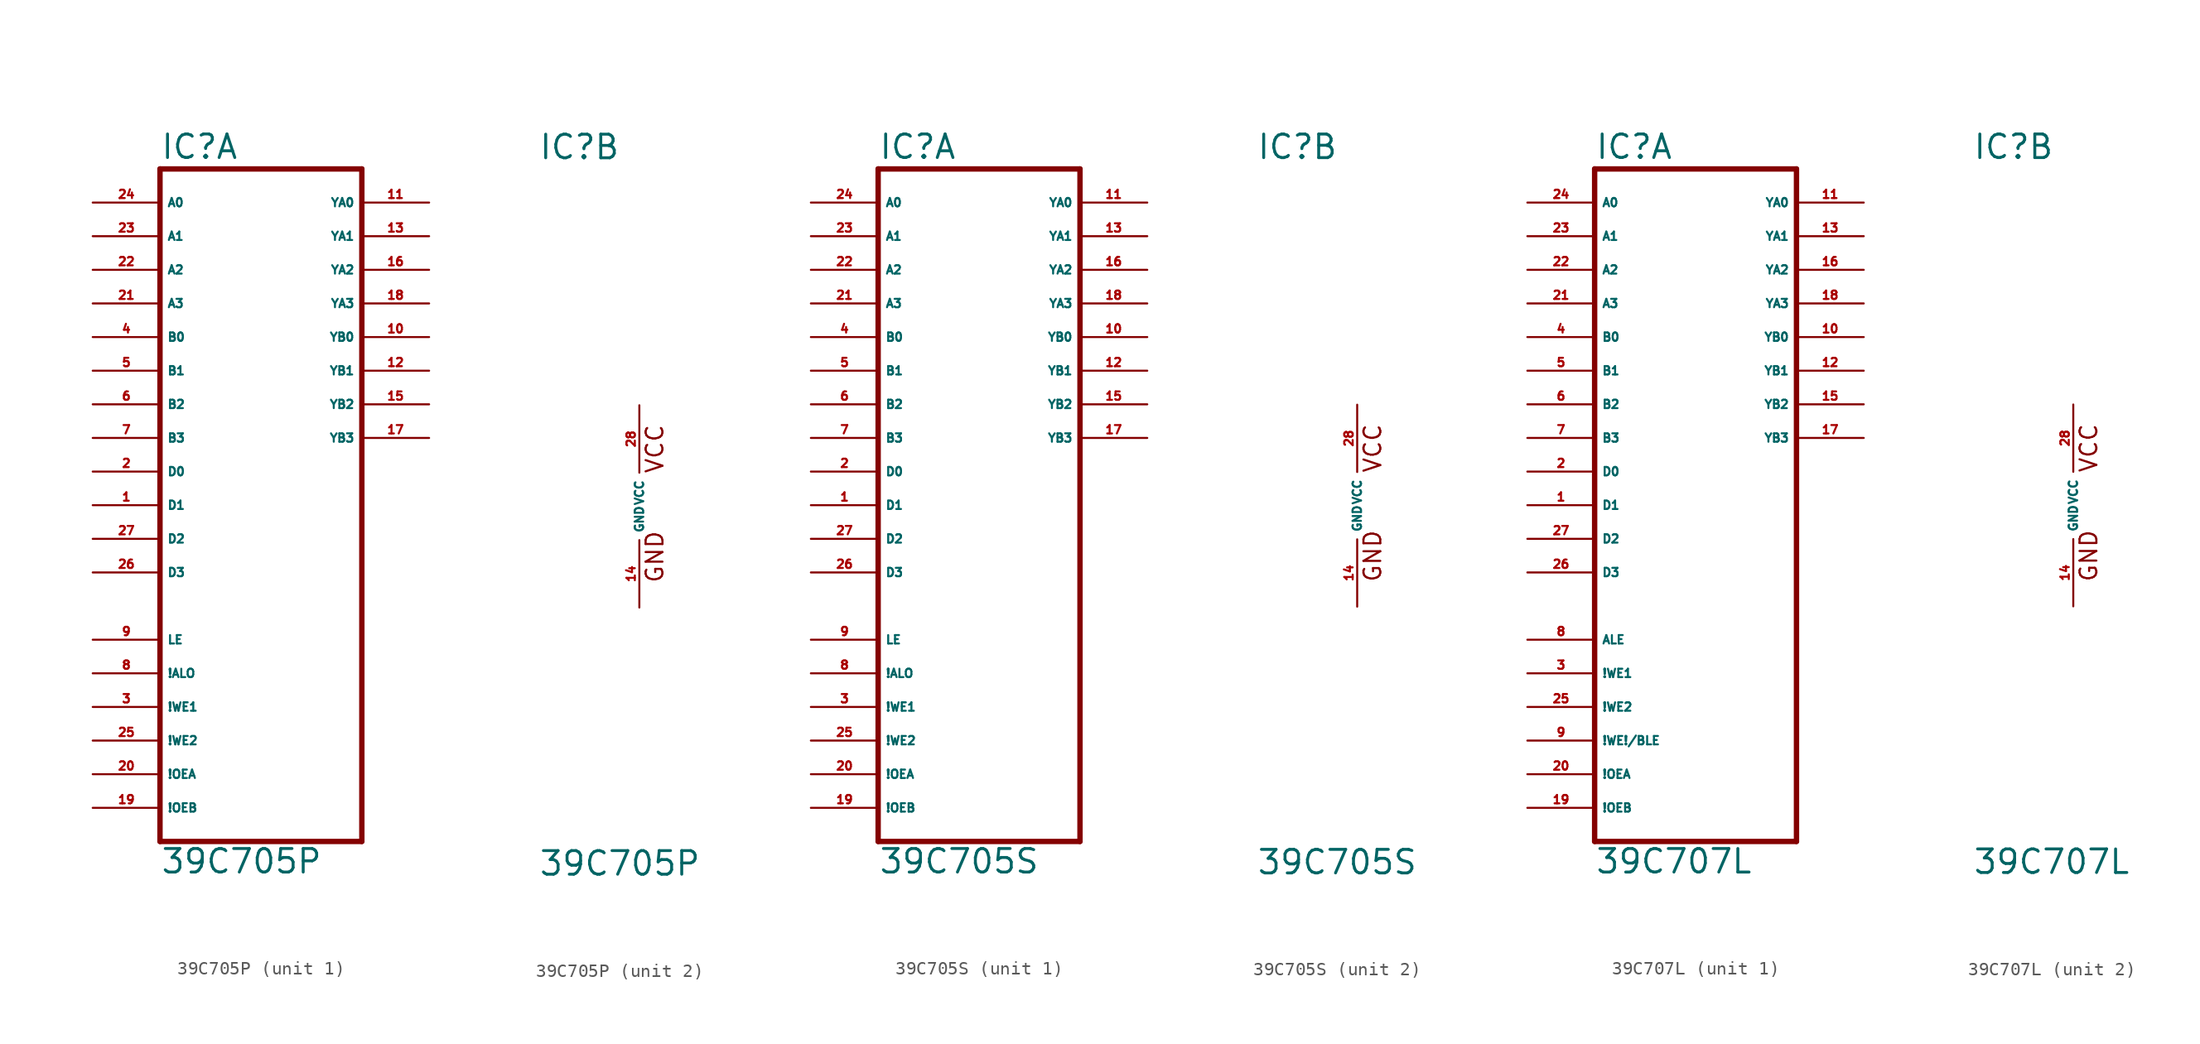
<source format=kicad_sym>
(kicad_symbol_lib
  (version 20220914)
  (generator Eagle2Kicad)
  (symbol "39C705P"
    (property "Reference" "IC"
      (at -7.62 26.035 0)
      (effects (font (size 1.778 1.778) (thickness 0.22)) (justify left bottom)))
    (property "Value" "39C705P"
      (at -7.62 -27.94 0)
      (effects (font (size 1.778 1.778) (thickness 0.22)) (justify left bottom)))
    (symbol "39C705P_1_0"
      (polyline (pts (xy -7.62 -25.4) (xy 7.62 -25.4)) (stroke (width 0.406) (type default)) (fill (type none)))
      (polyline (pts (xy 7.62 -25.4) (xy 7.62 25.4)) (stroke (width 0.406) (type default)) (fill (type none)))
      (polyline (pts (xy 7.62 25.4) (xy -7.62 25.4)) (stroke (width 0.406) (type default)) (fill (type none)))
      (polyline (pts (xy -7.62 25.4) (xy -7.62 -25.4)) (stroke (width 0.406) (type default)) (fill (type none)))
      (pin input line (at -12.7 22.86 0) (length 5.08) (name "A0" (effects (font (size 0.635 0.635) (thickness 0.08)) (justify left bottom))) (number "24" (effects (font (size 0.635 0.635) (thickness 0.08)) (justify left bottom))))
      (pin input line (at -12.7 20.32 0) (length 5.08) (name "A1" (effects (font (size 0.635 0.635) (thickness 0.08)) (justify left bottom))) (number "23" (effects (font (size 0.635 0.635) (thickness 0.08)) (justify left bottom))))
      (pin input line (at -12.7 17.78 0) (length 5.08) (name "A2" (effects (font (size 0.635 0.635) (thickness 0.08)) (justify left bottom))) (number "22" (effects (font (size 0.635 0.635) (thickness 0.08)) (justify left bottom))))
      (pin input line (at -12.7 15.24 0) (length 5.08) (name "A3" (effects (font (size 0.635 0.635) (thickness 0.08)) (justify left bottom))) (number "21" (effects (font (size 0.635 0.635) (thickness 0.08)) (justify left bottom))))
      (pin input line (at -12.7 12.7 0) (length 5.08) (name "B0" (effects (font (size 0.635 0.635) (thickness 0.08)) (justify left bottom))) (number "4" (effects (font (size 0.635 0.635) (thickness 0.08)) (justify left bottom))))
      (pin input line (at -12.7 10.16 0) (length 5.08) (name "B1" (effects (font (size 0.635 0.635) (thickness 0.08)) (justify left bottom))) (number "5" (effects (font (size 0.635 0.635) (thickness 0.08)) (justify left bottom))))
      (pin input line (at -12.7 7.62 0) (length 5.08) (name "B2" (effects (font (size 0.635 0.635) (thickness 0.08)) (justify left bottom))) (number "6" (effects (font (size 0.635 0.635) (thickness 0.08)) (justify left bottom))))
      (pin input line (at -12.7 5.08 0) (length 5.08) (name "B3" (effects (font (size 0.635 0.635) (thickness 0.08)) (justify left bottom))) (number "7" (effects (font (size 0.635 0.635) (thickness 0.08)) (justify left bottom))))
      (pin input line (at -12.7 2.54 0) (length 5.08) (name "D0" (effects (font (size 0.635 0.635) (thickness 0.08)) (justify left bottom))) (number "2" (effects (font (size 0.635 0.635) (thickness 0.08)) (justify left bottom))))
      (pin input line (at -12.7 0 0) (length 5.08) (name "D1" (effects (font (size 0.635 0.635) (thickness 0.08)) (justify left bottom))) (number "1" (effects (font (size 0.635 0.635) (thickness 0.08)) (justify left bottom))))
      (pin input line (at -12.7 -2.54 0) (length 5.08) (name "D2" (effects (font (size 0.635 0.635) (thickness 0.08)) (justify left bottom))) (number "27" (effects (font (size 0.635 0.635) (thickness 0.08)) (justify left bottom))))
      (pin input line (at -12.7 -5.08 0) (length 5.08) (name "D3" (effects (font (size 0.635 0.635) (thickness 0.08)) (justify left bottom))) (number "26" (effects (font (size 0.635 0.635) (thickness 0.08)) (justify left bottom))))
      (pin input line (at -12.7 -10.16 0) (length 5.08) (name "LE" (effects (font (size 0.635 0.635) (thickness 0.08)) (justify left bottom))) (number "9" (effects (font (size 0.635 0.635) (thickness 0.08)) (justify left bottom))))
      (pin input line (at -12.7 -12.7 0) (length 5.08) (name "!ALO" (effects (font (size 0.635 0.635) (thickness 0.08)) (justify left bottom))) (number "8" (effects (font (size 0.635 0.635) (thickness 0.08)) (justify left bottom))))
      (pin input line (at -12.7 -15.24 0) (length 5.08) (name "!WE1" (effects (font (size 0.635 0.635) (thickness 0.08)) (justify left bottom))) (number "3" (effects (font (size 0.635 0.635) (thickness 0.08)) (justify left bottom))))
      (pin input line (at -12.7 -17.78 0) (length 5.08) (name "!WE2" (effects (font (size 0.635 0.635) (thickness 0.08)) (justify left bottom))) (number "25" (effects (font (size 0.635 0.635) (thickness 0.08)) (justify left bottom))))
      (pin input line (at -12.7 -20.32 0) (length 5.08) (name "!OEA" (effects (font (size 0.635 0.635) (thickness 0.08)) (justify left bottom))) (number "20" (effects (font (size 0.635 0.635) (thickness 0.08)) (justify left bottom))))
      (pin input line (at -12.7 -22.86 0) (length 5.08) (name "!OEB" (effects (font (size 0.635 0.635) (thickness 0.08)) (justify left bottom))) (number "19" (effects (font (size 0.635 0.635) (thickness 0.08)) (justify left bottom))))
      (pin output line (at 12.7 22.86 180) (length 5.08) (name "YA0" (effects (font (size 0.635 0.635) (thickness 0.08)) (justify left bottom))) (number "11" (effects (font (size 0.635 0.635) (thickness 0.08)) (justify left bottom))))
      (pin output line (at 12.7 20.32 180) (length 5.08) (name "YA1" (effects (font (size 0.635 0.635) (thickness 0.08)) (justify left bottom))) (number "13" (effects (font (size 0.635 0.635) (thickness 0.08)) (justify left bottom))))
      (pin output line (at 12.7 17.78 180) (length 5.08) (name "YA2" (effects (font (size 0.635 0.635) (thickness 0.08)) (justify left bottom))) (number "16" (effects (font (size 0.635 0.635) (thickness 0.08)) (justify left bottom))))
      (pin output line (at 12.7 15.24 180) (length 5.08) (name "YA3" (effects (font (size 0.635 0.635) (thickness 0.08)) (justify left bottom))) (number "18" (effects (font (size 0.635 0.635) (thickness 0.08)) (justify left bottom))))
      (pin output line (at 12.7 12.7 180) (length 5.08) (name "YB0" (effects (font (size 0.635 0.635) (thickness 0.08)) (justify left bottom))) (number "10" (effects (font (size 0.635 0.635) (thickness 0.08)) (justify left bottom))))
      (pin output line (at 12.7 10.16 180) (length 5.08) (name "YB1" (effects (font (size 0.635 0.635) (thickness 0.08)) (justify left bottom))) (number "12" (effects (font (size 0.635 0.635) (thickness 0.08)) (justify left bottom))))
      (pin output line (at 12.7 7.62 180) (length 5.08) (name "YB2" (effects (font (size 0.635 0.635) (thickness 0.08)) (justify left bottom))) (number "15" (effects (font (size 0.635 0.635) (thickness 0.08)) (justify left bottom))))
      (pin output line (at 12.7 5.08 180) (length 5.08) (name "YB3" (effects (font (size 0.635 0.635) (thickness 0.08)) (justify left bottom))) (number "17" (effects (font (size 0.635 0.635) (thickness 0.08)) (justify left bottom)))))
    (symbol "39C705P_2_0"
      (text "GND" (at 1.905 -5.842 900) (effects (font (size 1.27 1.27) (thickness 0.16)) (justify left bottom)))
      (text "VCC" (at 1.905 2.413 900) (effects (font (size 1.27 1.27) (thickness 0.16)) (justify left bottom)))
      (pin unspecified line (at 0 7.62 270) (length 5.08) (name "VCC" (effects (font (size 0.635 0.635) (thickness 0.08)) (justify left bottom))) (number "28" (effects (font (size 0.635 0.635) (thickness 0.08)) (justify left bottom))))
      (pin unspecified line (at 0 -7.62 90) (length 5.08) (name "GND" (effects (font (size 0.635 0.635) (thickness 0.08)) (justify left bottom))) (number "14" (effects (font (size 0.635 0.635) (thickness 0.08)) (justify left bottom))))))
  (symbol "39C705S"
    (property "Reference" "IC"
      (at -7.62 26.035 0)
      (effects (font (size 1.778 1.778) (thickness 0.22)) (justify left bottom)))
    (property "Value" "39C705S"
      (at -7.62 -27.94 0)
      (effects (font (size 1.778 1.778) (thickness 0.22)) (justify left bottom)))
    (symbol "39C705S_1_0"
      (polyline (pts (xy -7.62 -25.4) (xy 7.62 -25.4)) (stroke (width 0.406) (type default)) (fill (type none)))
      (polyline (pts (xy 7.62 -25.4) (xy 7.62 25.4)) (stroke (width 0.406) (type default)) (fill (type none)))
      (polyline (pts (xy 7.62 25.4) (xy -7.62 25.4)) (stroke (width 0.406) (type default)) (fill (type none)))
      (polyline (pts (xy -7.62 25.4) (xy -7.62 -25.4)) (stroke (width 0.406) (type default)) (fill (type none)))
      (pin input line (at -12.7 22.86 0) (length 5.08) (name "A0" (effects (font (size 0.635 0.635) (thickness 0.08)) (justify left bottom))) (number "24" (effects (font (size 0.635 0.635) (thickness 0.08)) (justify left bottom))))
      (pin input line (at -12.7 20.32 0) (length 5.08) (name "A1" (effects (font (size 0.635 0.635) (thickness 0.08)) (justify left bottom))) (number "23" (effects (font (size 0.635 0.635) (thickness 0.08)) (justify left bottom))))
      (pin input line (at -12.7 17.78 0) (length 5.08) (name "A2" (effects (font (size 0.635 0.635) (thickness 0.08)) (justify left bottom))) (number "22" (effects (font (size 0.635 0.635) (thickness 0.08)) (justify left bottom))))
      (pin input line (at -12.7 15.24 0) (length 5.08) (name "A3" (effects (font (size 0.635 0.635) (thickness 0.08)) (justify left bottom))) (number "21" (effects (font (size 0.635 0.635) (thickness 0.08)) (justify left bottom))))
      (pin input line (at -12.7 12.7 0) (length 5.08) (name "B0" (effects (font (size 0.635 0.635) (thickness 0.08)) (justify left bottom))) (number "4" (effects (font (size 0.635 0.635) (thickness 0.08)) (justify left bottom))))
      (pin input line (at -12.7 10.16 0) (length 5.08) (name "B1" (effects (font (size 0.635 0.635) (thickness 0.08)) (justify left bottom))) (number "5" (effects (font (size 0.635 0.635) (thickness 0.08)) (justify left bottom))))
      (pin input line (at -12.7 7.62 0) (length 5.08) (name "B2" (effects (font (size 0.635 0.635) (thickness 0.08)) (justify left bottom))) (number "6" (effects (font (size 0.635 0.635) (thickness 0.08)) (justify left bottom))))
      (pin input line (at -12.7 5.08 0) (length 5.08) (name "B3" (effects (font (size 0.635 0.635) (thickness 0.08)) (justify left bottom))) (number "7" (effects (font (size 0.635 0.635) (thickness 0.08)) (justify left bottom))))
      (pin input line (at -12.7 2.54 0) (length 5.08) (name "D0" (effects (font (size 0.635 0.635) (thickness 0.08)) (justify left bottom))) (number "2" (effects (font (size 0.635 0.635) (thickness 0.08)) (justify left bottom))))
      (pin input line (at -12.7 0 0) (length 5.08) (name "D1" (effects (font (size 0.635 0.635) (thickness 0.08)) (justify left bottom))) (number "1" (effects (font (size 0.635 0.635) (thickness 0.08)) (justify left bottom))))
      (pin input line (at -12.7 -2.54 0) (length 5.08) (name "D2" (effects (font (size 0.635 0.635) (thickness 0.08)) (justify left bottom))) (number "27" (effects (font (size 0.635 0.635) (thickness 0.08)) (justify left bottom))))
      (pin input line (at -12.7 -5.08 0) (length 5.08) (name "D3" (effects (font (size 0.635 0.635) (thickness 0.08)) (justify left bottom))) (number "26" (effects (font (size 0.635 0.635) (thickness 0.08)) (justify left bottom))))
      (pin input line (at -12.7 -10.16 0) (length 5.08) (name "LE" (effects (font (size 0.635 0.635) (thickness 0.08)) (justify left bottom))) (number "9" (effects (font (size 0.635 0.635) (thickness 0.08)) (justify left bottom))))
      (pin input line (at -12.7 -12.7 0) (length 5.08) (name "!ALO" (effects (font (size 0.635 0.635) (thickness 0.08)) (justify left bottom))) (number "8" (effects (font (size 0.635 0.635) (thickness 0.08)) (justify left bottom))))
      (pin input line (at -12.7 -15.24 0) (length 5.08) (name "!WE1" (effects (font (size 0.635 0.635) (thickness 0.08)) (justify left bottom))) (number "3" (effects (font (size 0.635 0.635) (thickness 0.08)) (justify left bottom))))
      (pin input line (at -12.7 -17.78 0) (length 5.08) (name "!WE2" (effects (font (size 0.635 0.635) (thickness 0.08)) (justify left bottom))) (number "25" (effects (font (size 0.635 0.635) (thickness 0.08)) (justify left bottom))))
      (pin input line (at -12.7 -20.32 0) (length 5.08) (name "!OEA" (effects (font (size 0.635 0.635) (thickness 0.08)) (justify left bottom))) (number "20" (effects (font (size 0.635 0.635) (thickness 0.08)) (justify left bottom))))
      (pin input line (at -12.7 -22.86 0) (length 5.08) (name "!OEB" (effects (font (size 0.635 0.635) (thickness 0.08)) (justify left bottom))) (number "19" (effects (font (size 0.635 0.635) (thickness 0.08)) (justify left bottom))))
      (pin output line (at 12.7 22.86 180) (length 5.08) (name "YA0" (effects (font (size 0.635 0.635) (thickness 0.08)) (justify left bottom))) (number "11" (effects (font (size 0.635 0.635) (thickness 0.08)) (justify left bottom))))
      (pin output line (at 12.7 20.32 180) (length 5.08) (name "YA1" (effects (font (size 0.635 0.635) (thickness 0.08)) (justify left bottom))) (number "13" (effects (font (size 0.635 0.635) (thickness 0.08)) (justify left bottom))))
      (pin output line (at 12.7 17.78 180) (length 5.08) (name "YA2" (effects (font (size 0.635 0.635) (thickness 0.08)) (justify left bottom))) (number "16" (effects (font (size 0.635 0.635) (thickness 0.08)) (justify left bottom))))
      (pin output line (at 12.7 15.24 180) (length 5.08) (name "YA3" (effects (font (size 0.635 0.635) (thickness 0.08)) (justify left bottom))) (number "18" (effects (font (size 0.635 0.635) (thickness 0.08)) (justify left bottom))))
      (pin output line (at 12.7 12.7 180) (length 5.08) (name "YB0" (effects (font (size 0.635 0.635) (thickness 0.08)) (justify left bottom))) (number "10" (effects (font (size 0.635 0.635) (thickness 0.08)) (justify left bottom))))
      (pin output line (at 12.7 10.16 180) (length 5.08) (name "YB1" (effects (font (size 0.635 0.635) (thickness 0.08)) (justify left bottom))) (number "12" (effects (font (size 0.635 0.635) (thickness 0.08)) (justify left bottom))))
      (pin output line (at 12.7 7.62 180) (length 5.08) (name "YB2" (effects (font (size 0.635 0.635) (thickness 0.08)) (justify left bottom))) (number "15" (effects (font (size 0.635 0.635) (thickness 0.08)) (justify left bottom))))
      (pin output line (at 12.7 5.08 180) (length 5.08) (name "YB3" (effects (font (size 0.635 0.635) (thickness 0.08)) (justify left bottom))) (number "17" (effects (font (size 0.635 0.635) (thickness 0.08)) (justify left bottom)))))
    (symbol "39C705S_2_0"
      (text "GND" (at 1.905 -5.842 900) (effects (font (size 1.27 1.27) (thickness 0.16)) (justify left bottom)))
      (text "VCC" (at 1.905 2.413 900) (effects (font (size 1.27 1.27) (thickness 0.16)) (justify left bottom)))
      (pin unspecified line (at 0 7.62 270) (length 5.08) (name "VCC" (effects (font (size 0.635 0.635) (thickness 0.08)) (justify left bottom))) (number "28" (effects (font (size 0.635 0.635) (thickness 0.08)) (justify left bottom))))
      (pin unspecified line (at 0 -7.62 90) (length 5.08) (name "GND" (effects (font (size 0.635 0.635) (thickness 0.08)) (justify left bottom))) (number "14" (effects (font (size 0.635 0.635) (thickness 0.08)) (justify left bottom))))))
  (symbol "39C707L"
    (property "Reference" "IC"
      (at -7.62 26.035 0)
      (effects (font (size 1.778 1.778) (thickness 0.22)) (justify left bottom)))
    (property "Value" "39C707L"
      (at -7.62 -27.94 0)
      (effects (font (size 1.778 1.778) (thickness 0.22)) (justify left bottom)))
    (symbol "39C707L_1_0"
      (polyline (pts (xy -7.62 -25.4) (xy 7.62 -25.4)) (stroke (width 0.406) (type default)) (fill (type none)))
      (polyline (pts (xy 7.62 -25.4) (xy 7.62 25.4)) (stroke (width 0.406) (type default)) (fill (type none)))
      (polyline (pts (xy 7.62 25.4) (xy -7.62 25.4)) (stroke (width 0.406) (type default)) (fill (type none)))
      (polyline (pts (xy -7.62 25.4) (xy -7.62 -25.4)) (stroke (width 0.406) (type default)) (fill (type none)))
      (pin input line (at -12.7 22.86 0) (length 5.08) (name "A0" (effects (font (size 0.635 0.635) (thickness 0.08)) (justify left bottom))) (number "24" (effects (font (size 0.635 0.635) (thickness 0.08)) (justify left bottom))))
      (pin input line (at -12.7 20.32 0) (length 5.08) (name "A1" (effects (font (size 0.635 0.635) (thickness 0.08)) (justify left bottom))) (number "23" (effects (font (size 0.635 0.635) (thickness 0.08)) (justify left bottom))))
      (pin input line (at -12.7 17.78 0) (length 5.08) (name "A2" (effects (font (size 0.635 0.635) (thickness 0.08)) (justify left bottom))) (number "22" (effects (font (size 0.635 0.635) (thickness 0.08)) (justify left bottom))))
      (pin input line (at -12.7 15.24 0) (length 5.08) (name "A3" (effects (font (size 0.635 0.635) (thickness 0.08)) (justify left bottom))) (number "21" (effects (font (size 0.635 0.635) (thickness 0.08)) (justify left bottom))))
      (pin input line (at -12.7 12.7 0) (length 5.08) (name "B0" (effects (font (size 0.635 0.635) (thickness 0.08)) (justify left bottom))) (number "4" (effects (font (size 0.635 0.635) (thickness 0.08)) (justify left bottom))))
      (pin input line (at -12.7 10.16 0) (length 5.08) (name "B1" (effects (font (size 0.635 0.635) (thickness 0.08)) (justify left bottom))) (number "5" (effects (font (size 0.635 0.635) (thickness 0.08)) (justify left bottom))))
      (pin input line (at -12.7 7.62 0) (length 5.08) (name "B2" (effects (font (size 0.635 0.635) (thickness 0.08)) (justify left bottom))) (number "6" (effects (font (size 0.635 0.635) (thickness 0.08)) (justify left bottom))))
      (pin input line (at -12.7 5.08 0) (length 5.08) (name "B3" (effects (font (size 0.635 0.635) (thickness 0.08)) (justify left bottom))) (number "7" (effects (font (size 0.635 0.635) (thickness 0.08)) (justify left bottom))))
      (pin input line (at -12.7 2.54 0) (length 5.08) (name "D0" (effects (font (size 0.635 0.635) (thickness 0.08)) (justify left bottom))) (number "2" (effects (font (size 0.635 0.635) (thickness 0.08)) (justify left bottom))))
      (pin input line (at -12.7 0 0) (length 5.08) (name "D1" (effects (font (size 0.635 0.635) (thickness 0.08)) (justify left bottom))) (number "1" (effects (font (size 0.635 0.635) (thickness 0.08)) (justify left bottom))))
      (pin input line (at -12.7 -2.54 0) (length 5.08) (name "D2" (effects (font (size 0.635 0.635) (thickness 0.08)) (justify left bottom))) (number "27" (effects (font (size 0.635 0.635) (thickness 0.08)) (justify left bottom))))
      (pin input line (at -12.7 -5.08 0) (length 5.08) (name "D3" (effects (font (size 0.635 0.635) (thickness 0.08)) (justify left bottom))) (number "26" (effects (font (size 0.635 0.635) (thickness 0.08)) (justify left bottom))))
      (pin input line (at -12.7 -10.16 0) (length 5.08) (name "ALE" (effects (font (size 0.635 0.635) (thickness 0.08)) (justify left bottom))) (number "8" (effects (font (size 0.635 0.635) (thickness 0.08)) (justify left bottom))))
      (pin input line (at -12.7 -12.7 0) (length 5.08) (name "!WE1" (effects (font (size 0.635 0.635) (thickness 0.08)) (justify left bottom))) (number "3" (effects (font (size 0.635 0.635) (thickness 0.08)) (justify left bottom))))
      (pin input line (at -12.7 -15.24 0) (length 5.08) (name "!WE2" (effects (font (size 0.635 0.635) (thickness 0.08)) (justify left bottom))) (number "25" (effects (font (size 0.635 0.635) (thickness 0.08)) (justify left bottom))))
      (pin input line (at -12.7 -17.78 0) (length 5.08) (name "!WE!/BLE" (effects (font (size 0.635 0.635) (thickness 0.08)) (justify left bottom))) (number "9" (effects (font (size 0.635 0.635) (thickness 0.08)) (justify left bottom))))
      (pin input line (at -12.7 -20.32 0) (length 5.08) (name "!OEA" (effects (font (size 0.635 0.635) (thickness 0.08)) (justify left bottom))) (number "20" (effects (font (size 0.635 0.635) (thickness 0.08)) (justify left bottom))))
      (pin input line (at -12.7 -22.86 0) (length 5.08) (name "!OEB" (effects (font (size 0.635 0.635) (thickness 0.08)) (justify left bottom))) (number "19" (effects (font (size 0.635 0.635) (thickness 0.08)) (justify left bottom))))
      (pin output line (at 12.7 22.86 180) (length 5.08) (name "YA0" (effects (font (size 0.635 0.635) (thickness 0.08)) (justify left bottom))) (number "11" (effects (font (size 0.635 0.635) (thickness 0.08)) (justify left bottom))))
      (pin output line (at 12.7 20.32 180) (length 5.08) (name "YA1" (effects (font (size 0.635 0.635) (thickness 0.08)) (justify left bottom))) (number "13" (effects (font (size 0.635 0.635) (thickness 0.08)) (justify left bottom))))
      (pin output line (at 12.7 17.78 180) (length 5.08) (name "YA2" (effects (font (size 0.635 0.635) (thickness 0.08)) (justify left bottom))) (number "16" (effects (font (size 0.635 0.635) (thickness 0.08)) (justify left bottom))))
      (pin output line (at 12.7 15.24 180) (length 5.08) (name "YA3" (effects (font (size 0.635 0.635) (thickness 0.08)) (justify left bottom))) (number "18" (effects (font (size 0.635 0.635) (thickness 0.08)) (justify left bottom))))
      (pin output line (at 12.7 12.7 180) (length 5.08) (name "YB0" (effects (font (size 0.635 0.635) (thickness 0.08)) (justify left bottom))) (number "10" (effects (font (size 0.635 0.635) (thickness 0.08)) (justify left bottom))))
      (pin output line (at 12.7 10.16 180) (length 5.08) (name "YB1" (effects (font (size 0.635 0.635) (thickness 0.08)) (justify left bottom))) (number "12" (effects (font (size 0.635 0.635) (thickness 0.08)) (justify left bottom))))
      (pin output line (at 12.7 7.62 180) (length 5.08) (name "YB2" (effects (font (size 0.635 0.635) (thickness 0.08)) (justify left bottom))) (number "15" (effects (font (size 0.635 0.635) (thickness 0.08)) (justify left bottom))))
      (pin output line (at 12.7 5.08 180) (length 5.08) (name "YB3" (effects (font (size 0.635 0.635) (thickness 0.08)) (justify left bottom))) (number "17" (effects (font (size 0.635 0.635) (thickness 0.08)) (justify left bottom)))))
    (symbol "39C707L_2_0"
      (text "GND" (at 1.905 -5.842 900) (effects (font (size 1.27 1.27) (thickness 0.16)) (justify left bottom)))
      (text "VCC" (at 1.905 2.413 900) (effects (font (size 1.27 1.27) (thickness 0.16)) (justify left bottom)))
      (pin unspecified line (at 0 7.62 270) (length 5.08) (name "VCC" (effects (font (size 0.635 0.635) (thickness 0.08)) (justify left bottom))) (number "28" (effects (font (size 0.635 0.635) (thickness 0.08)) (justify left bottom))))
      (pin unspecified line (at 0 -7.62 90) (length 5.08) (name "GND" (effects (font (size 0.635 0.635) (thickness 0.08)) (justify left bottom))) (number "14" (effects (font (size 0.635 0.635) (thickness 0.08)) (justify left bottom)))))))
</source>
